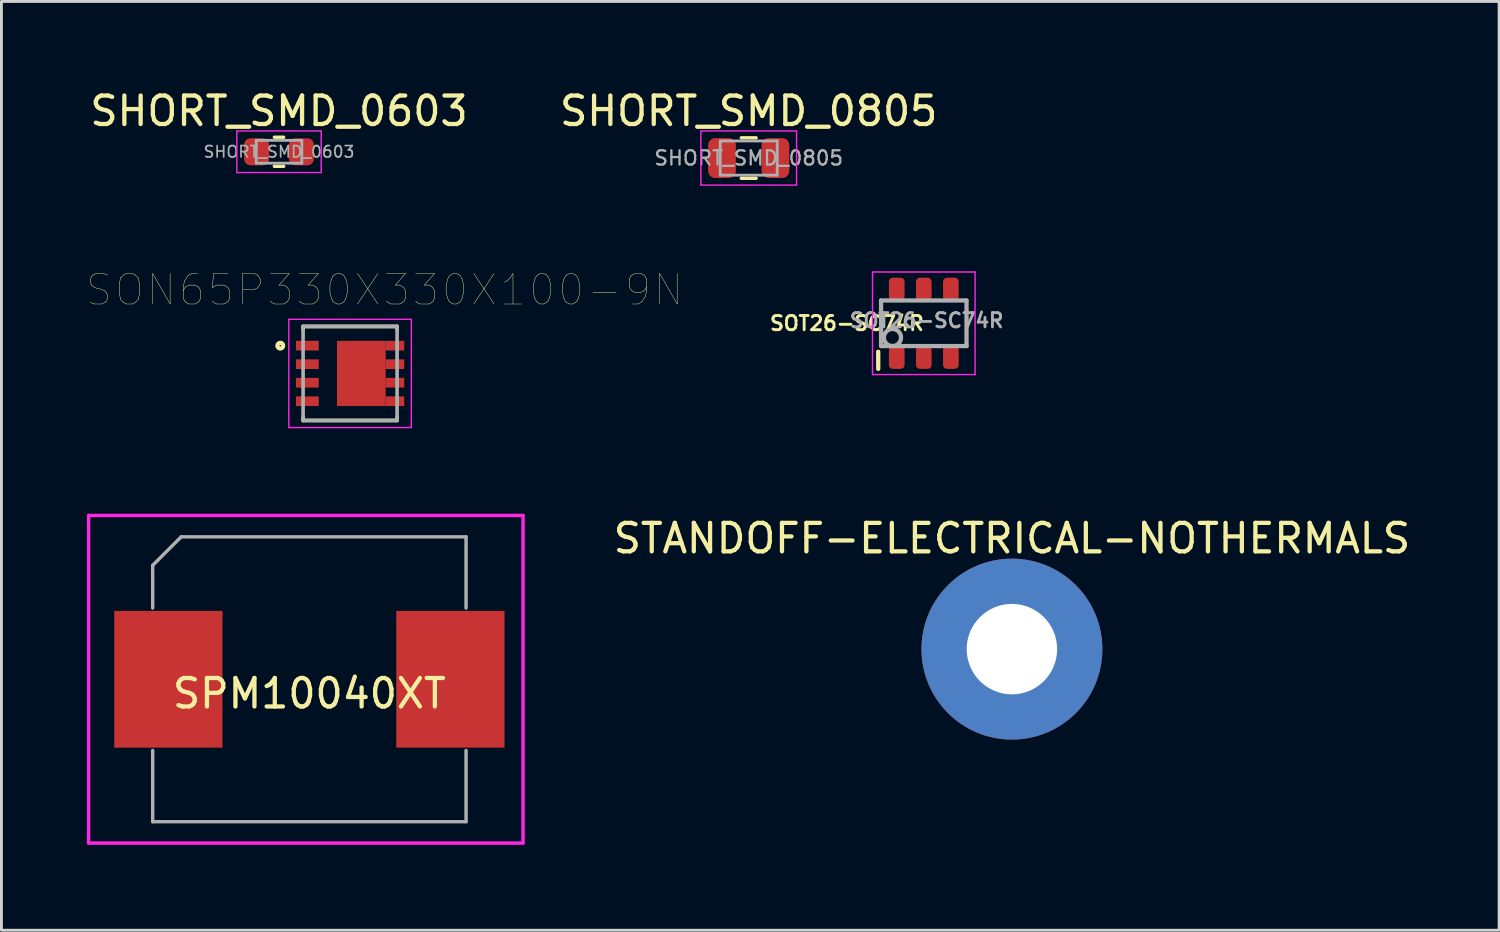
<source format=kicad_pcb>
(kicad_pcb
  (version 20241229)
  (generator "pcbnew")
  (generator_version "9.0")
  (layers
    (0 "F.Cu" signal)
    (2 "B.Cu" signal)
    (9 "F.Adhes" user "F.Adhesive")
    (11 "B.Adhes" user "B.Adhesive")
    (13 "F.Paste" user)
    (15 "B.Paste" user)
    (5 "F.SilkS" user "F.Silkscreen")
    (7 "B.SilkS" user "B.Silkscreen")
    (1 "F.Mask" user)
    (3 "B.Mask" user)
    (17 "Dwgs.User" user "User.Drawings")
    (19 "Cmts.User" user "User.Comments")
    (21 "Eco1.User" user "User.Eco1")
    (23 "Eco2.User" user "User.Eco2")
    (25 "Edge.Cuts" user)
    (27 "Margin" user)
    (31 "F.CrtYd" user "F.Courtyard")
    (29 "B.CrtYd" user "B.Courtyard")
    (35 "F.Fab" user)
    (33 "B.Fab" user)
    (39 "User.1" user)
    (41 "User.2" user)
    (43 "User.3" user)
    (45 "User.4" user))
  (footprint "STANDOFF-ELECTRICAL-NOTHERMALS"
    (layer "F.Cu")
    (at 32.471 19.736)
    (property "Reference" "STANDOFF-ELECTRICAL-NOTHERMALS" (at 0 -3.302 0) (layer "F.SilkS") (effects (font (size 1 1) (thickness 0.15)) (justify bottom)))
    (attr through_hole)
    (pad "P1" thru_hole circle (at 0 0) (size 6.35 6.35) (drill 3.175) (layers "*.Cu" "*.Mask")))
  (footprint "SHORT_SMD_0603"
    (layer "F.Cu")
    (at 6.744 2.278)
    (property "Reference" "SHORT_SMD_0603" (at 0 -1.43 0) (layer "F.SilkS") (effects (font (size 1 1) (thickness 0.15))))
    (attr smd)
    (fp_line (start -0.163 -0.51) (end 0.163 -0.51) (stroke (width 0.12) (type solid)) (layer "F.SilkS"))
    (fp_line (start -0.163 0.51) (end 0.163 0.51) (stroke (width 0.12) (type solid)) (layer "F.SilkS"))
    (fp_line (start -1.48 -0.73) (end 1.48 -0.73) (stroke (width 0.05) (type solid)) (layer "F.CrtYd"))
    (fp_line (start -1.48 0.73) (end -1.48 -0.73) (stroke (width 0.05) (type solid)) (layer "F.CrtYd"))
    (fp_line (start 1.48 -0.73) (end 1.48 0.73) (stroke (width 0.05) (type solid)) (layer "F.CrtYd"))
    (fp_line (start 1.48 0.73) (end -1.48 0.73) (stroke (width 0.05) (type solid)) (layer "F.CrtYd"))
    (fp_line (start -0.8 -0.4) (end 0.8 -0.4) (stroke (width 0.1) (type solid)) (layer "F.Fab"))
    (fp_line (start -0.8 0.4) (end -0.8 -0.4) (stroke (width 0.1) (type solid)) (layer "F.Fab"))
    (fp_line (start 0.8 -0.4) (end 0.8 0.4) (stroke (width 0.1) (type solid)) (layer "F.Fab"))
    (fp_line (start 0.8 0.4) (end -0.8 0.4) (stroke (width 0.1) (type solid)) (layer "F.Fab"))
    (fp_text user "${REFERENCE}" (at 0 0 0) (layer "F.Fab") (effects (font (size 0.4 0.4) (thickness 0.06))))
    (pad "1" smd roundrect (at -0.787 0) (size 0.875 0.95) (layers "F.Cu" "F.Mask" "F.Paste") (roundrect_rratio 0.25))
    (pad "2" smd roundrect (at 0.787 0) (size 0.875 0.95) (layers "F.Cu" "F.Mask" "F.Paste") (roundrect_rratio 0.25)))
  (footprint "SOT26-SC74R"
    (layer "F.Cu")
    (at 29.378 8.298)
    (property "Reference" "SOT26-SC74R" (at -2.7 0 0) (layer "F.SilkS") (effects (font (size 0.5 0.5) (thickness 0.1))))
    (attr smd)
    (fp_line (start -1.6 1) (end -1.6 1.6) (stroke (width 0.15) (type solid)) (layer "F.SilkS"))
    (fp_line (start -1.8 -1.8) (end 1.8 -1.8) (stroke (width 0.05) (type solid)) (layer "F.CrtYd"))
    (fp_line (start -1.8 1.8) (end -1.8 -1.8) (stroke (width 0.05) (type solid)) (layer "F.CrtYd"))
    (fp_line (start 1.8 -1.8) (end 1.8 1.8) (stroke (width 0.05) (type solid)) (layer "F.CrtYd"))
    (fp_line (start 1.8 1.8) (end -1.8 1.8) (stroke (width 0.05) (type solid)) (layer "F.CrtYd"))
    (fp_line (start -1.5 -0.8) (end 1.5 -0.8) (stroke (width 0.15) (type solid)) (layer "F.Fab"))
    (fp_line (start -1.5 0.8) (end -1.5 -0.8) (stroke (width 0.15) (type solid)) (layer "F.Fab"))
    (fp_line (start 1.5 -0.8) (end 1.5 0.8) (stroke (width 0.15) (type solid)) (layer "F.Fab"))
    (fp_line (start 1.5 0.8) (end -1.5 0.8) (stroke (width 0.15) (type solid)) (layer "F.Fab"))
    (fp_circle (center -1.1 0.5) (end -1.1 0.2) (stroke (width 0.15) (type solid)) (fill no) (layer "F.Fab"))
    (fp_text user "${REFERENCE}" (at 0.1 -0.1 0) (layer "F.Fab") (effects (font (size 0.5 0.5) (thickness 0.1))))
    (pad "1" smd roundrect (at -0.95 1.2) (size 0.55 0.8) (layers "F.Cu" "F.Mask" "F.Paste") (roundrect_rratio 0.25))
    (pad "2" smd roundrect (at 0 1.2) (size 0.55 0.8) (layers "F.Cu" "F.Mask" "F.Paste") (roundrect_rratio 0.25))
    (pad "3" smd roundrect (at 0.95 1.2) (size 0.55 0.8) (layers "F.Cu" "F.Mask" "F.Paste") (roundrect_rratio 0.25))
    (pad "4" smd roundrect (at 0.95 -1.2) (size 0.55 0.8) (layers "F.Cu" "F.Mask" "F.Paste") (roundrect_rratio 0.25))
    (pad "5" smd roundrect (at 0 -1.2) (size 0.55 0.8) (layers "F.Cu" "F.Mask" "F.Paste") (roundrect_rratio 0.25))
    (pad "6" smd roundrect (at -0.95 -1.2) (size 0.55 0.8) (layers "F.Cu" "F.Mask" "F.Paste") (roundrect_rratio 0.25)))
  (footprint "SPM10040XT"
    (layer "F.Cu")
    (at 7.81 20.794)
    (property "Reference" "SPM10040XT" (at 0 0.5 0) (layer "F.SilkS") (effects (font (size 1 1) (thickness 0.15))))
    (attr through_hole)
    (fp_line (start -7.75 -5.75) (end 7.5 -5.75) (stroke (width 0.12) (type solid)) (layer "F.CrtYd"))
    (fp_line (start -7.75 5.75) (end -7.75 -5.75) (stroke (width 0.12) (type solid)) (layer "F.CrtYd"))
    (fp_line (start 7.5 -5.75) (end 7.5 5.75) (stroke (width 0.12) (type solid)) (layer "F.CrtYd"))
    (fp_line (start 7.5 5.75) (end -7.75 5.75) (stroke (width 0.12) (type solid)) (layer "F.CrtYd"))
    (fp_line (start -5.5 -4) (end -5.5 -2.5) (stroke (width 0.12) (type solid)) (layer "F.Fab"))
    (fp_line (start -5.5 5) (end -5.5 2.5) (stroke (width 0.12) (type solid)) (layer "F.Fab"))
    (fp_line (start -4.5 -5) (end -5.5 -4) (stroke (width 0.12) (type solid)) (layer "F.Fab"))
    (fp_line (start -4.5 -5) (end 5.5 -5) (stroke (width 0.12) (type solid)) (layer "F.Fab"))
    (fp_line (start 5.5 -5) (end 5.5 -2.5) (stroke (width 0.12) (type solid)) (layer "F.Fab"))
    (fp_line (start 5.5 2.5) (end 5.5 5) (stroke (width 0.12) (type solid)) (layer "F.Fab"))
    (fp_line (start 5.5 5) (end -5.5 5) (stroke (width 0.12) (type solid)) (layer "F.Fab"))
    (pad "1" smd rect (at -4.95 0) (size 3.8 4.8) (layers "F.Cu" "F.Mask" "F.Paste"))
    (pad "2" smd rect (at 4.95 0) (size 3.8 4.8) (layers "F.Cu" "F.Mask" "F.Paste")))
  (footprint "SHORT_SMD_0805"
    (layer "F.Cu")
    (at 23.232 2.498)
    (property "Reference" "SHORT_SMD_0805" (at 0 -1.65 0) (layer "F.SilkS") (effects (font (size 1 1) (thickness 0.15))))
    (attr smd)
    (fp_line (start -0.259 -0.71) (end 0.259 -0.71) (stroke (width 0.12) (type solid)) (layer "F.SilkS"))
    (fp_line (start -0.259 0.71) (end 0.259 0.71) (stroke (width 0.12) (type solid)) (layer "F.SilkS"))
    (fp_line (start -1.68 -0.95) (end 1.68 -0.95) (stroke (width 0.05) (type solid)) (layer "F.CrtYd"))
    (fp_line (start -1.68 0.95) (end -1.68 -0.95) (stroke (width 0.05) (type solid)) (layer "F.CrtYd"))
    (fp_line (start 1.68 -0.95) (end 1.68 0.95) (stroke (width 0.05) (type solid)) (layer "F.CrtYd"))
    (fp_line (start 1.68 0.95) (end -1.68 0.95) (stroke (width 0.05) (type solid)) (layer "F.CrtYd"))
    (fp_line (start -1 -0.6) (end 1 -0.6) (stroke (width 0.1) (type solid)) (layer "F.Fab"))
    (fp_line (start -1 0.6) (end -1 -0.6) (stroke (width 0.1) (type solid)) (layer "F.Fab"))
    (fp_line (start 1 -0.6) (end 1 0.6) (stroke (width 0.1) (type solid)) (layer "F.Fab"))
    (fp_line (start 1 0.6) (end -1 0.6) (stroke (width 0.1) (type solid)) (layer "F.Fab"))
    (fp_text user "${REFERENCE}" (at 0 0 0) (layer "F.Fab") (effects (font (size 0.5 0.5) (thickness 0.08))))
    (pad "1" smd roundrect (at -0.938 0) (size 0.975 1.4) (layers "F.Cu" "F.Mask" "F.Paste") (roundrect_rratio 0.25))
    (pad "2" smd roundrect (at 0.938 0) (size 0.975 1.4) (layers "F.Cu" "F.Mask" "F.Paste") (roundrect_rratio 0.25)))
  (footprint "SON65P330X330X100-9N"
    (layer "F.Cu")
    (at 9.239 10.059)
    (property "Reference" "SON65P330X330X100-9N" (at 1.205 -2.933 0) (layer "F.SilkS") (effects (font (size 1.071 1.071) (thickness 0.015))))
    (attr through_hole)
    (fp_line (start -1.65 -1.65) (end -1.65 -1.545) (stroke (width 0.127) (type solid)) (layer "F.SilkS"))
    (fp_line (start -1.65 1.545) (end -1.65 1.65) (stroke (width 0.127) (type solid)) (layer "F.SilkS"))
    (fp_line (start 1.65 -1.65) (end -1.65 -1.65) (stroke (width 0.127) (type solid)) (layer "F.SilkS"))
    (fp_line (start 1.65 -1.65) (end 1.65 -1.545) (stroke (width 0.127) (type solid)) (layer "F.SilkS"))
    (fp_line (start 1.65 1.545) (end 1.65 1.65) (stroke (width 0.127) (type solid)) (layer "F.SilkS"))
    (fp_line (start 1.65 1.65) (end -1.65 1.65) (stroke (width 0.127) (type solid)) (layer "F.SilkS"))
    (fp_circle (center -2.45 -0.975) (end -2.35 -0.975) (stroke (width 0.15) (type solid)) (fill no) (layer "F.SilkS"))
    (fp_poly (pts (xy -0.441 -0.81) (xy 0.445 -0.81) (xy 0.445 -0.255) (xy -0.441 -0.255)) (stroke (width 0.01) (type solid)) (fill yes) (layer "F.Paste"))
    (fp_poly (pts (xy -0.438 0.24) (xy 0.445 0.24) (xy 0.445 0.854) (xy -0.438 0.854)) (stroke (width 0.01) (type solid)) (fill yes) (layer "F.Paste"))
    (fp_poly (pts (xy 0.364 0.24) (xy 1.205 0.24) (xy 1.205 0.855) (xy 0.364 0.855)) (stroke (width 0.01) (type solid)) (fill yes) (layer "F.Paste"))
    (fp_poly (pts (xy 0.366 -0.81) (xy 1.205 -0.81) (xy 1.205 -0.255) (xy 0.366 -0.255)) (stroke (width 0.01) (type solid)) (fill yes) (layer "F.Paste"))
    (fp_line (start -2.15 -1.9) (end 2.15 -1.9) (stroke (width 0.05) (type solid)) (layer "F.CrtYd"))
    (fp_line (start -2.15 1.9) (end -2.15 -1.9) (stroke (width 0.05) (type solid)) (layer "F.CrtYd"))
    (fp_line (start 2.15 -1.9) (end 2.15 1.9) (stroke (width 0.05) (type solid)) (layer "F.CrtYd"))
    (fp_line (start 2.15 1.9) (end -2.15 1.9) (stroke (width 0.05) (type solid)) (layer "F.CrtYd"))
    (fp_line (start -1.65 -1.65) (end 1.65 -1.65) (stroke (width 0.127) (type solid)) (layer "F.Fab"))
    (fp_line (start -1.65 1.65) (end -1.65 -1.65) (stroke (width 0.127) (type solid)) (layer "F.Fab"))
    (fp_line (start 1.65 -1.65) (end 1.65 1.65) (stroke (width 0.127) (type solid)) (layer "F.Fab"))
    (fp_line (start 1.65 1.65) (end -1.65 1.65) (stroke (width 0.127) (type solid)) (layer "F.Fab"))
    (pad "1" smd rect (at -1.5 -0.975) (size 0.8 0.34) (layers "F.Cu" "F.Mask" "F.Paste"))
    (pad "2" smd rect (at -1.5 -0.325) (size 0.8 0.34) (layers "F.Cu" "F.Mask" "F.Paste"))
    (pad "3" smd rect (at -1.5 0.325) (size 0.8 0.34) (layers "F.Cu" "F.Mask" "F.Paste"))
    (pad "4" smd rect (at -1.5 0.975) (size 0.8 0.34) (layers "F.Cu" "F.Mask" "F.Paste"))
    (pad "5" smd rect (at 1.575 0.975) (size 0.65 0.34) (layers "F.Cu" "F.Mask" "F.Paste"))
    (pad "6" smd rect (at 1.575 0.325) (size 0.65 0.34) (layers "F.Cu" "F.Mask" "F.Paste"))
    (pad "7" smd rect (at 1.575 -0.325) (size 0.65 0.34) (layers "F.Cu" "F.Mask" "F.Paste"))
    (pad "8" smd rect (at 1.575 -0.975) (size 0.65 0.34) (layers "F.Cu" "F.Mask" "F.Paste"))
    (pad "9" smd rect (at 0.395 0) (size 1.71 2.29) (layers "F.Cu" "F.Mask")))
  (gr_rect
    (start -3 -3)
    (end 49.572 29.604)
    (stroke (width 0.1) (type default))
    (fill no)
    (layer "Edge.Cuts")))
</source>
